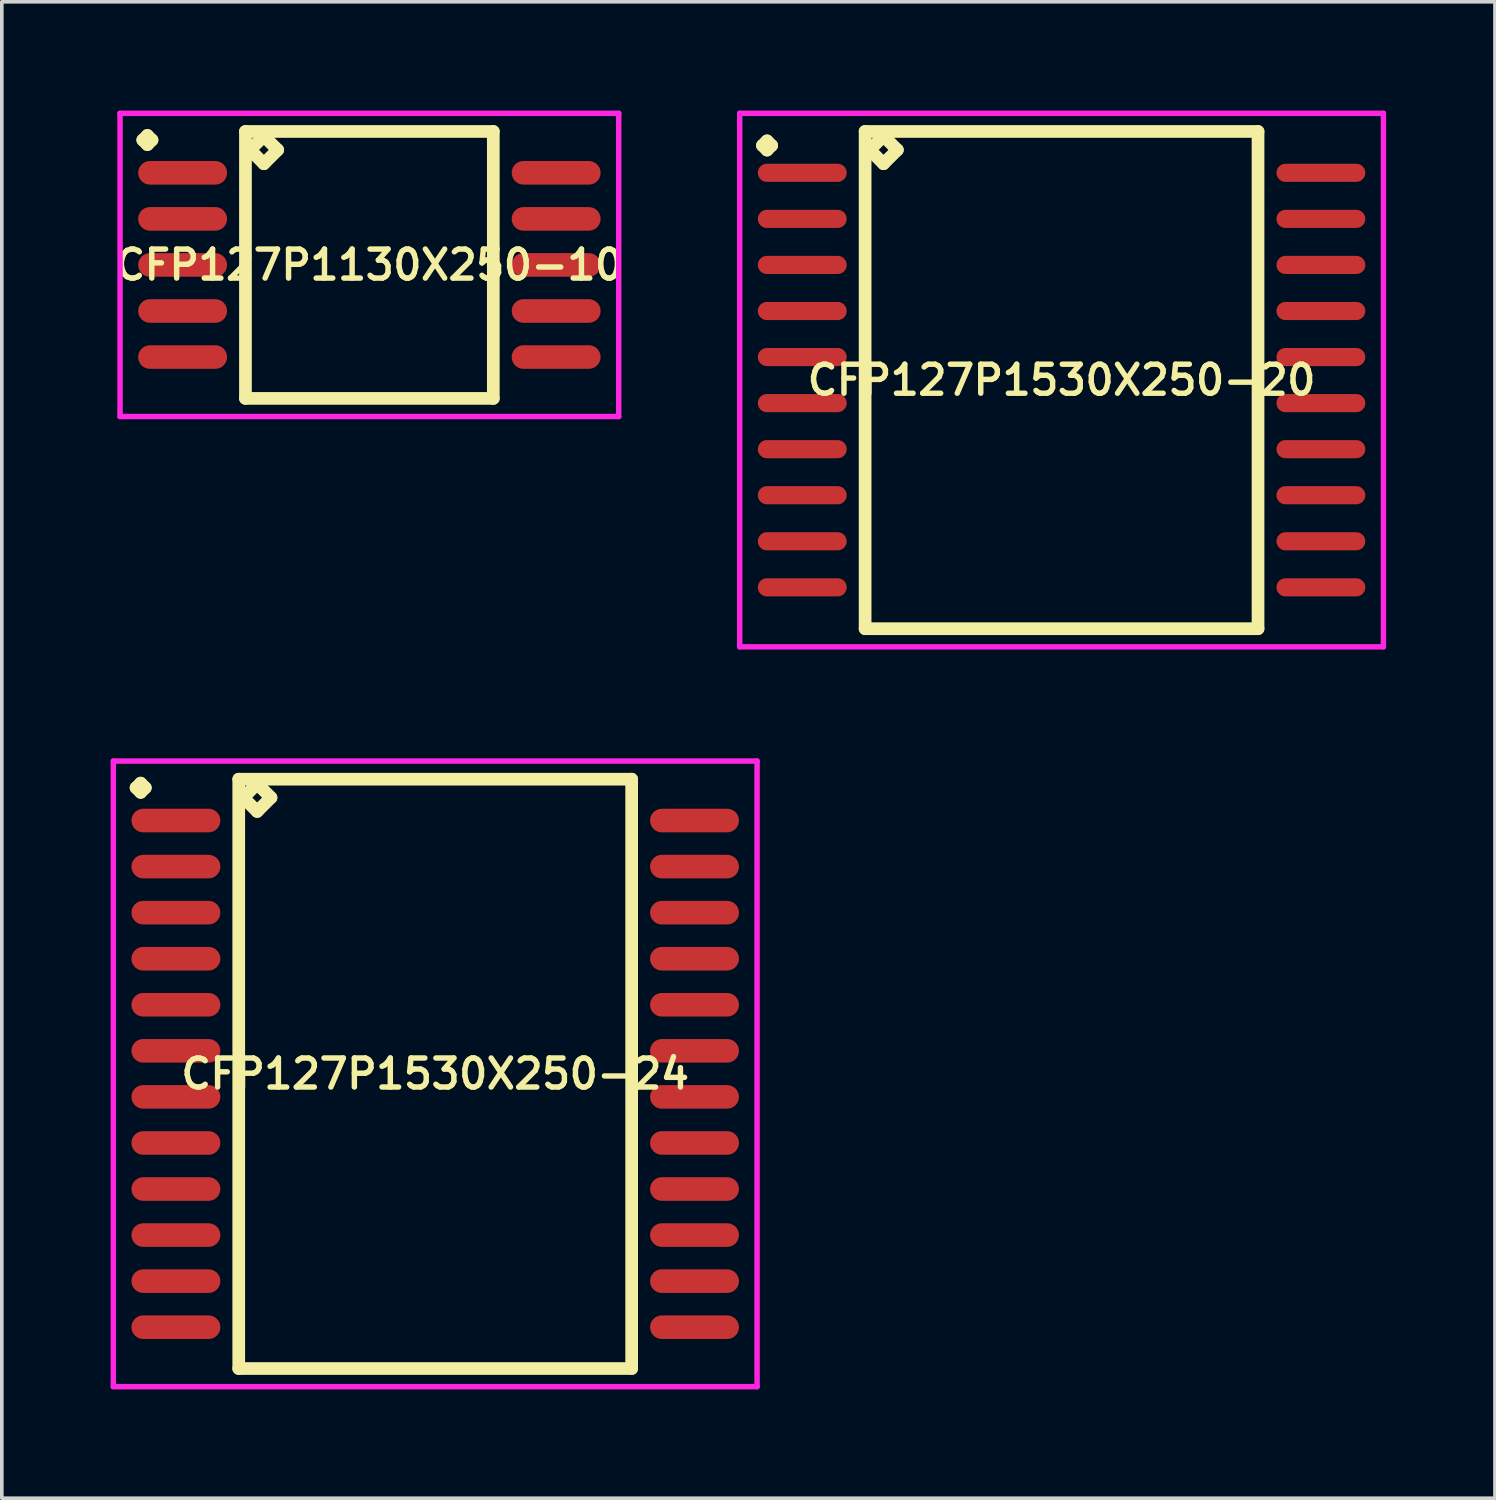
<source format=kicad_pcb>
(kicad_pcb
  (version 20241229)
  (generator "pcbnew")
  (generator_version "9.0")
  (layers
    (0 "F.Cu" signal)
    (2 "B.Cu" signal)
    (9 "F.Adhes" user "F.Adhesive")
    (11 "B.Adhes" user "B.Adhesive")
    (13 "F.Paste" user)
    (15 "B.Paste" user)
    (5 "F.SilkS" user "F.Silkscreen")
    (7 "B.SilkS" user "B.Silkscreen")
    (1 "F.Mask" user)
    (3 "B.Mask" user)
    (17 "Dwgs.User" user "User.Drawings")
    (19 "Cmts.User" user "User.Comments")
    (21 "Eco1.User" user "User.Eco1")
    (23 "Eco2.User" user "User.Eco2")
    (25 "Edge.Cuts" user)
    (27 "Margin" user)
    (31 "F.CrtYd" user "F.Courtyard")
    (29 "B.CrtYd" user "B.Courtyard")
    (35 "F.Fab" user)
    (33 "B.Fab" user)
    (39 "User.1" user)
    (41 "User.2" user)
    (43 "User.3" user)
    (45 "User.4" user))
  (footprint "CFP127P1530X250-20"
    (layer "F.Cu")
    (at 26.221 7.43)
    (property "Reference" "CFP127P1530X250-20" (at 0 0 0) (layer "F.SilkS") (effects (font (size 0.8 0.8) (thickness 0.15))))
    (attr smd)
    (fp_line (start -8.248 -6.469) (end -8.121 -6.596) (stroke (width 0.35) (type solid)) (layer "F.SilkS"))
    (fp_line (start -8.121 -6.596) (end -7.994 -6.469) (stroke (width 0.35) (type solid)) (layer "F.SilkS"))
    (fp_line (start -8.121 -6.342) (end -8.248 -6.469) (stroke (width 0.35) (type solid)) (layer "F.SilkS"))
    (fp_line (start -7.994 -6.469) (end -8.121 -6.342) (stroke (width 0.35) (type solid)) (layer "F.SilkS"))
    (fp_line (start -5.417 -6.855) (end -5.417 6.855) (stroke (width 0.35) (type solid)) (layer "F.SilkS"))
    (fp_line (start -5.417 6.855) (end 5.417 6.855) (stroke (width 0.35) (type solid)) (layer "F.SilkS"))
    (fp_line (start -5.29 -6.347) (end -4.909 -6.728) (stroke (width 0.35) (type solid)) (layer "F.SilkS"))
    (fp_line (start -4.909 -6.728) (end -4.528 -6.347) (stroke (width 0.35) (type solid)) (layer "F.SilkS"))
    (fp_line (start -4.909 -5.966) (end -5.29 -6.347) (stroke (width 0.35) (type solid)) (layer "F.SilkS"))
    (fp_line (start -4.528 -6.347) (end -4.909 -5.966) (stroke (width 0.35) (type solid)) (layer "F.SilkS"))
    (fp_line (start 5.417 -6.855) (end -5.417 -6.855) (stroke (width 0.35) (type solid)) (layer "F.SilkS"))
    (fp_line (start 5.417 6.855) (end 5.417 -6.855) (stroke (width 0.35) (type solid)) (layer "F.SilkS"))
    (fp_line (start -8.875 -7.355) (end 8.875 -7.355) (stroke (width 0.15) (type solid)) (layer "F.CrtYd"))
    (fp_line (start -8.875 7.355) (end -8.875 -7.355) (stroke (width 0.15) (type solid)) (layer "F.CrtYd"))
    (fp_line (start 8.875 -7.355) (end 8.875 7.355) (stroke (width 0.15) (type solid)) (layer "F.CrtYd"))
    (fp_line (start 8.875 7.355) (end -8.875 7.355) (stroke (width 0.15) (type solid)) (layer "F.CrtYd"))
    (pad "1" smd oval (at -7.15 -5.715) (size 2.45 0.5) (layers "F.Cu" "F.Mask" "F.Paste"))
    (pad "2" smd oval (at -7.15 -4.445) (size 2.45 0.5) (layers "F.Cu" "F.Mask" "F.Paste"))
    (pad "3" smd oval (at -7.15 -3.175) (size 2.45 0.5) (layers "F.Cu" "F.Mask" "F.Paste"))
    (pad "4" smd oval (at -7.15 -1.905) (size 2.45 0.5) (layers "F.Cu" "F.Mask" "F.Paste"))
    (pad "5" smd oval (at -7.15 -0.635) (size 2.45 0.5) (layers "F.Cu" "F.Mask" "F.Paste"))
    (pad "6" smd oval (at -7.15 0.635) (size 2.45 0.5) (layers "F.Cu" "F.Mask" "F.Paste"))
    (pad "7" smd oval (at -7.15 1.905) (size 2.45 0.5) (layers "F.Cu" "F.Mask" "F.Paste"))
    (pad "8" smd oval (at -7.15 3.175) (size 2.45 0.5) (layers "F.Cu" "F.Mask" "F.Paste"))
    (pad "9" smd oval (at -7.15 4.445) (size 2.45 0.5) (layers "F.Cu" "F.Mask" "F.Paste"))
    (pad "10" smd oval (at -7.15 5.715) (size 2.45 0.5) (layers "F.Cu" "F.Mask" "F.Paste"))
    (pad "11" smd oval (at 7.15 5.715) (size 2.45 0.5) (layers "F.Cu" "F.Mask" "F.Paste"))
    (pad "12" smd oval (at 7.15 4.445) (size 2.45 0.5) (layers "F.Cu" "F.Mask" "F.Paste"))
    (pad "13" smd oval (at 7.15 3.175) (size 2.45 0.5) (layers "F.Cu" "F.Mask" "F.Paste"))
    (pad "14" smd oval (at 7.15 1.905) (size 2.45 0.5) (layers "F.Cu" "F.Mask" "F.Paste"))
    (pad "15" smd oval (at 7.15 0.635) (size 2.45 0.5) (layers "F.Cu" "F.Mask" "F.Paste"))
    (pad "16" smd oval (at 7.15 -0.635) (size 2.45 0.5) (layers "F.Cu" "F.Mask" "F.Paste"))
    (pad "17" smd oval (at 7.15 -1.905) (size 2.45 0.5) (layers "F.Cu" "F.Mask" "F.Paste"))
    (pad "18" smd oval (at 7.15 -3.175) (size 2.45 0.5) (layers "F.Cu" "F.Mask" "F.Paste"))
    (pad "19" smd oval (at 7.15 -4.445) (size 2.45 0.5) (layers "F.Cu" "F.Mask" "F.Paste"))
    (pad "20" smd oval (at 7.15 -5.715) (size 2.45 0.5) (layers "F.Cu" "F.Mask" "F.Paste")))
  (footprint "CFP127P1530X250-24"
    (layer "F.Cu")
    (at 8.95 26.56)
    (property "Reference" "CFP127P1530X250-24" (at 0 0 0) (layer "F.SilkS") (effects (font (size 0.8 0.8) (thickness 0.15))))
    (attr smd)
    (fp_line (start -8.248 -7.889) (end -8.121 -8.016) (stroke (width 0.35) (type solid)) (layer "F.SilkS"))
    (fp_line (start -8.121 -8.016) (end -7.994 -7.889) (stroke (width 0.35) (type solid)) (layer "F.SilkS"))
    (fp_line (start -8.121 -7.762) (end -8.248 -7.889) (stroke (width 0.35) (type solid)) (layer "F.SilkS"))
    (fp_line (start -7.994 -7.889) (end -8.121 -7.762) (stroke (width 0.35) (type solid)) (layer "F.SilkS"))
    (fp_line (start -5.417 -8.125) (end -5.417 8.125) (stroke (width 0.35) (type solid)) (layer "F.SilkS"))
    (fp_line (start -5.417 8.125) (end 5.417 8.125) (stroke (width 0.35) (type solid)) (layer "F.SilkS"))
    (fp_line (start -5.29 -7.617) (end -4.909 -7.998) (stroke (width 0.35) (type solid)) (layer "F.SilkS"))
    (fp_line (start -4.909 -7.998) (end -4.528 -7.617) (stroke (width 0.35) (type solid)) (layer "F.SilkS"))
    (fp_line (start -4.909 -7.236) (end -5.29 -7.617) (stroke (width 0.35) (type solid)) (layer "F.SilkS"))
    (fp_line (start -4.528 -7.617) (end -4.909 -7.236) (stroke (width 0.35) (type solid)) (layer "F.SilkS"))
    (fp_line (start 5.417 -8.125) (end -5.417 -8.125) (stroke (width 0.35) (type solid)) (layer "F.SilkS"))
    (fp_line (start 5.417 8.125) (end 5.417 -8.125) (stroke (width 0.35) (type solid)) (layer "F.SilkS"))
    (fp_line (start -8.875 -8.625) (end 8.875 -8.625) (stroke (width 0.15) (type solid)) (layer "F.CrtYd"))
    (fp_line (start -8.875 8.625) (end -8.875 -8.625) (stroke (width 0.15) (type solid)) (layer "F.CrtYd"))
    (fp_line (start 8.875 -8.625) (end 8.875 8.625) (stroke (width 0.15) (type solid)) (layer "F.CrtYd"))
    (fp_line (start 8.875 8.625) (end -8.875 8.625) (stroke (width 0.15) (type solid)) (layer "F.CrtYd"))
    (pad "1" smd oval (at -7.15 -6.985) (size 2.45 0.65) (layers "F.Cu" "F.Mask" "F.Paste"))
    (pad "2" smd oval (at -7.15 -5.715) (size 2.45 0.65) (layers "F.Cu" "F.Mask" "F.Paste"))
    (pad "3" smd oval (at -7.15 -4.445) (size 2.45 0.65) (layers "F.Cu" "F.Mask" "F.Paste"))
    (pad "4" smd oval (at -7.15 -3.175) (size 2.45 0.65) (layers "F.Cu" "F.Mask" "F.Paste"))
    (pad "5" smd oval (at -7.15 -1.905) (size 2.45 0.65) (layers "F.Cu" "F.Mask" "F.Paste"))
    (pad "6" smd oval (at -7.15 -0.635) (size 2.45 0.65) (layers "F.Cu" "F.Mask" "F.Paste"))
    (pad "7" smd oval (at -7.15 0.635) (size 2.45 0.65) (layers "F.Cu" "F.Mask" "F.Paste"))
    (pad "8" smd oval (at -7.15 1.905) (size 2.45 0.65) (layers "F.Cu" "F.Mask" "F.Paste"))
    (pad "9" smd oval (at -7.15 3.175) (size 2.45 0.65) (layers "F.Cu" "F.Mask" "F.Paste"))
    (pad "10" smd oval (at -7.15 4.445) (size 2.45 0.65) (layers "F.Cu" "F.Mask" "F.Paste"))
    (pad "11" smd oval (at -7.15 5.715) (size 2.45 0.65) (layers "F.Cu" "F.Mask" "F.Paste"))
    (pad "12" smd oval (at -7.15 6.985) (size 2.45 0.65) (layers "F.Cu" "F.Mask" "F.Paste"))
    (pad "13" smd oval (at 7.15 6.985) (size 2.45 0.65) (layers "F.Cu" "F.Mask" "F.Paste"))
    (pad "14" smd oval (at 7.15 5.715) (size 2.45 0.65) (layers "F.Cu" "F.Mask" "F.Paste"))
    (pad "15" smd oval (at 7.15 4.445) (size 2.45 0.65) (layers "F.Cu" "F.Mask" "F.Paste"))
    (pad "16" smd oval (at 7.15 3.175) (size 2.45 0.65) (layers "F.Cu" "F.Mask" "F.Paste"))
    (pad "17" smd oval (at 7.15 1.905) (size 2.45 0.65) (layers "F.Cu" "F.Mask" "F.Paste"))
    (pad "18" smd oval (at 7.15 0.635) (size 2.45 0.65) (layers "F.Cu" "F.Mask" "F.Paste"))
    (pad "19" smd oval (at 7.15 -0.635) (size 2.45 0.65) (layers "F.Cu" "F.Mask" "F.Paste"))
    (pad "20" smd oval (at 7.15 -1.905) (size 2.45 0.65) (layers "F.Cu" "F.Mask" "F.Paste"))
    (pad "21" smd oval (at 7.15 -3.175) (size 2.45 0.65) (layers "F.Cu" "F.Mask" "F.Paste"))
    (pad "22" smd oval (at 7.15 -4.445) (size 2.45 0.65) (layers "F.Cu" "F.Mask" "F.Paste"))
    (pad "23" smd oval (at 7.15 -5.715) (size 2.45 0.65) (layers "F.Cu" "F.Mask" "F.Paste"))
    (pad "24" smd oval (at 7.15 -6.985) (size 2.45 0.65) (layers "F.Cu" "F.Mask" "F.Paste")))
  (footprint "CFP127P1130X250-10"
    (layer "F.Cu")
    (at 7.135 4.255)
    (property "Reference" "CFP127P1130X250-10" (at 0 0 0) (layer "F.SilkS") (effects (font (size 0.8 0.8) (thickness 0.15))))
    (attr smd)
    (fp_line (start -6.248 -3.444) (end -6.121 -3.571) (stroke (width 0.35) (type solid)) (layer "F.SilkS"))
    (fp_line (start -6.121 -3.571) (end -5.994 -3.444) (stroke (width 0.35) (type solid)) (layer "F.SilkS"))
    (fp_line (start -6.121 -3.317) (end -6.248 -3.444) (stroke (width 0.35) (type solid)) (layer "F.SilkS"))
    (fp_line (start -5.994 -3.444) (end -6.121 -3.317) (stroke (width 0.35) (type solid)) (layer "F.SilkS"))
    (fp_line (start -3.417 -3.68) (end -3.417 3.68) (stroke (width 0.35) (type solid)) (layer "F.SilkS"))
    (fp_line (start -3.417 3.68) (end 3.417 3.68) (stroke (width 0.35) (type solid)) (layer "F.SilkS"))
    (fp_line (start -3.29 -3.172) (end -2.909 -3.553) (stroke (width 0.35) (type solid)) (layer "F.SilkS"))
    (fp_line (start -2.909 -3.553) (end -2.528 -3.172) (stroke (width 0.35) (type solid)) (layer "F.SilkS"))
    (fp_line (start -2.909 -2.791) (end -3.29 -3.172) (stroke (width 0.35) (type solid)) (layer "F.SilkS"))
    (fp_line (start -2.528 -3.172) (end -2.909 -2.791) (stroke (width 0.35) (type solid)) (layer "F.SilkS"))
    (fp_line (start 3.417 -3.68) (end -3.417 -3.68) (stroke (width 0.35) (type solid)) (layer "F.SilkS"))
    (fp_line (start 3.417 3.68) (end 3.417 -3.68) (stroke (width 0.35) (type solid)) (layer "F.SilkS"))
    (fp_line (start -6.875 -4.18) (end 6.875 -4.18) (stroke (width 0.15) (type solid)) (layer "F.CrtYd"))
    (fp_line (start -6.875 4.18) (end -6.875 -4.18) (stroke (width 0.15) (type solid)) (layer "F.CrtYd"))
    (fp_line (start 6.875 -4.18) (end 6.875 4.18) (stroke (width 0.15) (type solid)) (layer "F.CrtYd"))
    (fp_line (start 6.875 4.18) (end -6.875 4.18) (stroke (width 0.15) (type solid)) (layer "F.CrtYd"))
    (pad "1" smd oval (at -5.15 -2.54) (size 2.45 0.65) (layers "F.Cu" "F.Mask" "F.Paste"))
    (pad "2" smd oval (at -5.15 -1.27) (size 2.45 0.65) (layers "F.Cu" "F.Mask" "F.Paste"))
    (pad "3" smd oval (at -5.15 0) (size 2.45 0.65) (layers "F.Cu" "F.Mask" "F.Paste"))
    (pad "4" smd oval (at -5.15 1.27) (size 2.45 0.65) (layers "F.Cu" "F.Mask" "F.Paste"))
    (pad "5" smd oval (at -5.15 2.54) (size 2.45 0.65) (layers "F.Cu" "F.Mask" "F.Paste"))
    (pad "6" smd oval (at 5.15 2.54) (size 2.45 0.65) (layers "F.Cu" "F.Mask" "F.Paste"))
    (pad "7" smd oval (at 5.15 1.27) (size 2.45 0.65) (layers "F.Cu" "F.Mask" "F.Paste"))
    (pad "8" smd oval (at 5.15 0) (size 2.45 0.65) (layers "F.Cu" "F.Mask" "F.Paste"))
    (pad "9" smd oval (at 5.15 -1.27) (size 2.45 0.65) (layers "F.Cu" "F.Mask" "F.Paste"))
    (pad "10" smd oval (at 5.15 -2.54) (size 2.45 0.65) (layers "F.Cu" "F.Mask" "F.Paste")))
  (gr_rect
    (start -3 -3)
    (end 38.171 38.26)
    (stroke (width 0.1) (type default))
    (fill no)
    (layer "Edge.Cuts")))
</source>
